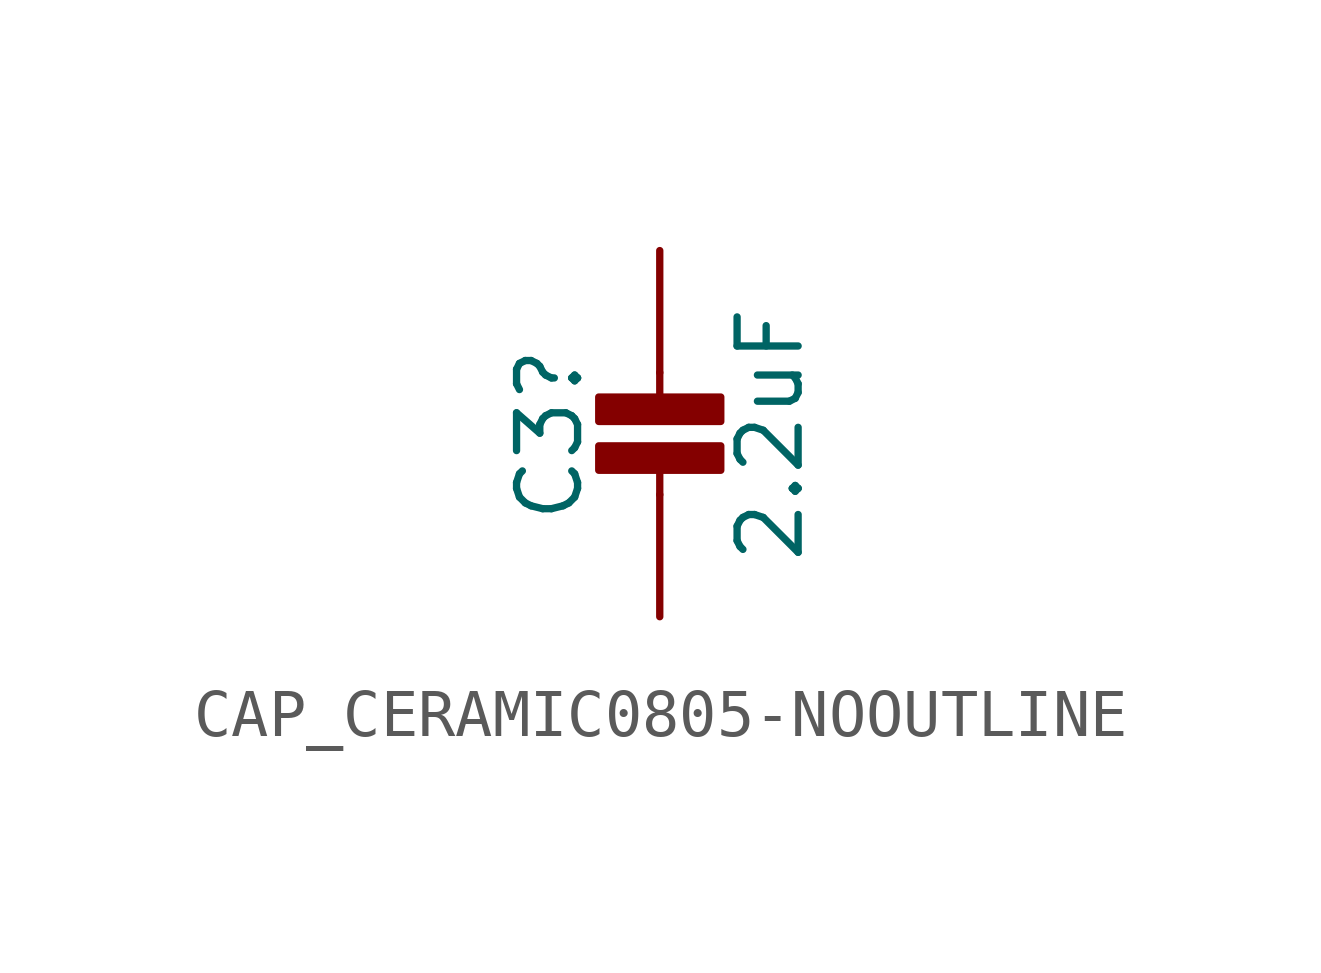
<source format=kicad_sym>
(kicad_symbol_lib
  (version 20220914)
  (generator kicad_symbol_editor)
  (symbol "CAP_CERAMIC0805-NOOUTLINE"
    (property "Reference" "C3"
      (at -2.29 1.25 90)
      (effects (font (size 1.27 1.27))))
    (property "Value" "2.2uF"
      (at 2.3 1.25 90)
      (effects (font (size 1.27 1.27))))
    (property "ki_locked" ""
      (at 0 0 0)
      (effects (font (size 1.27 1.27))))
    (symbol "CAP_CERAMIC0805-NOOUTLINE_1_0"
      (rectangle (start -1.27 0.508) (end 1.27 1.016) (stroke (width 0) (type default)) (fill (type outline)))
      (rectangle (start -1.27 1.524) (end 1.27 2.032) (stroke (width 0) (type default)) (fill (type outline)))
      (polyline (pts (xy 0 0.762) (xy 0 0)) (stroke (width 0.152) (type solid)) (fill (type none)))
      (polyline (pts (xy 0 2.54) (xy 0 1.778)) (stroke (width 0.152) (type solid)) (fill (type none)))
      (pin passive line (at 0 5.08 270) (length 2.54) (name "1" (effects (font (size 0 0)))) (number "1" (effects (font (size 0 0)))))
      (pin passive line (at 0 -2.54 90) (length 2.54) (name "2" (effects (font (size 0 0)))) (number "2" (effects (font (size 0 0))))))))
</source>
